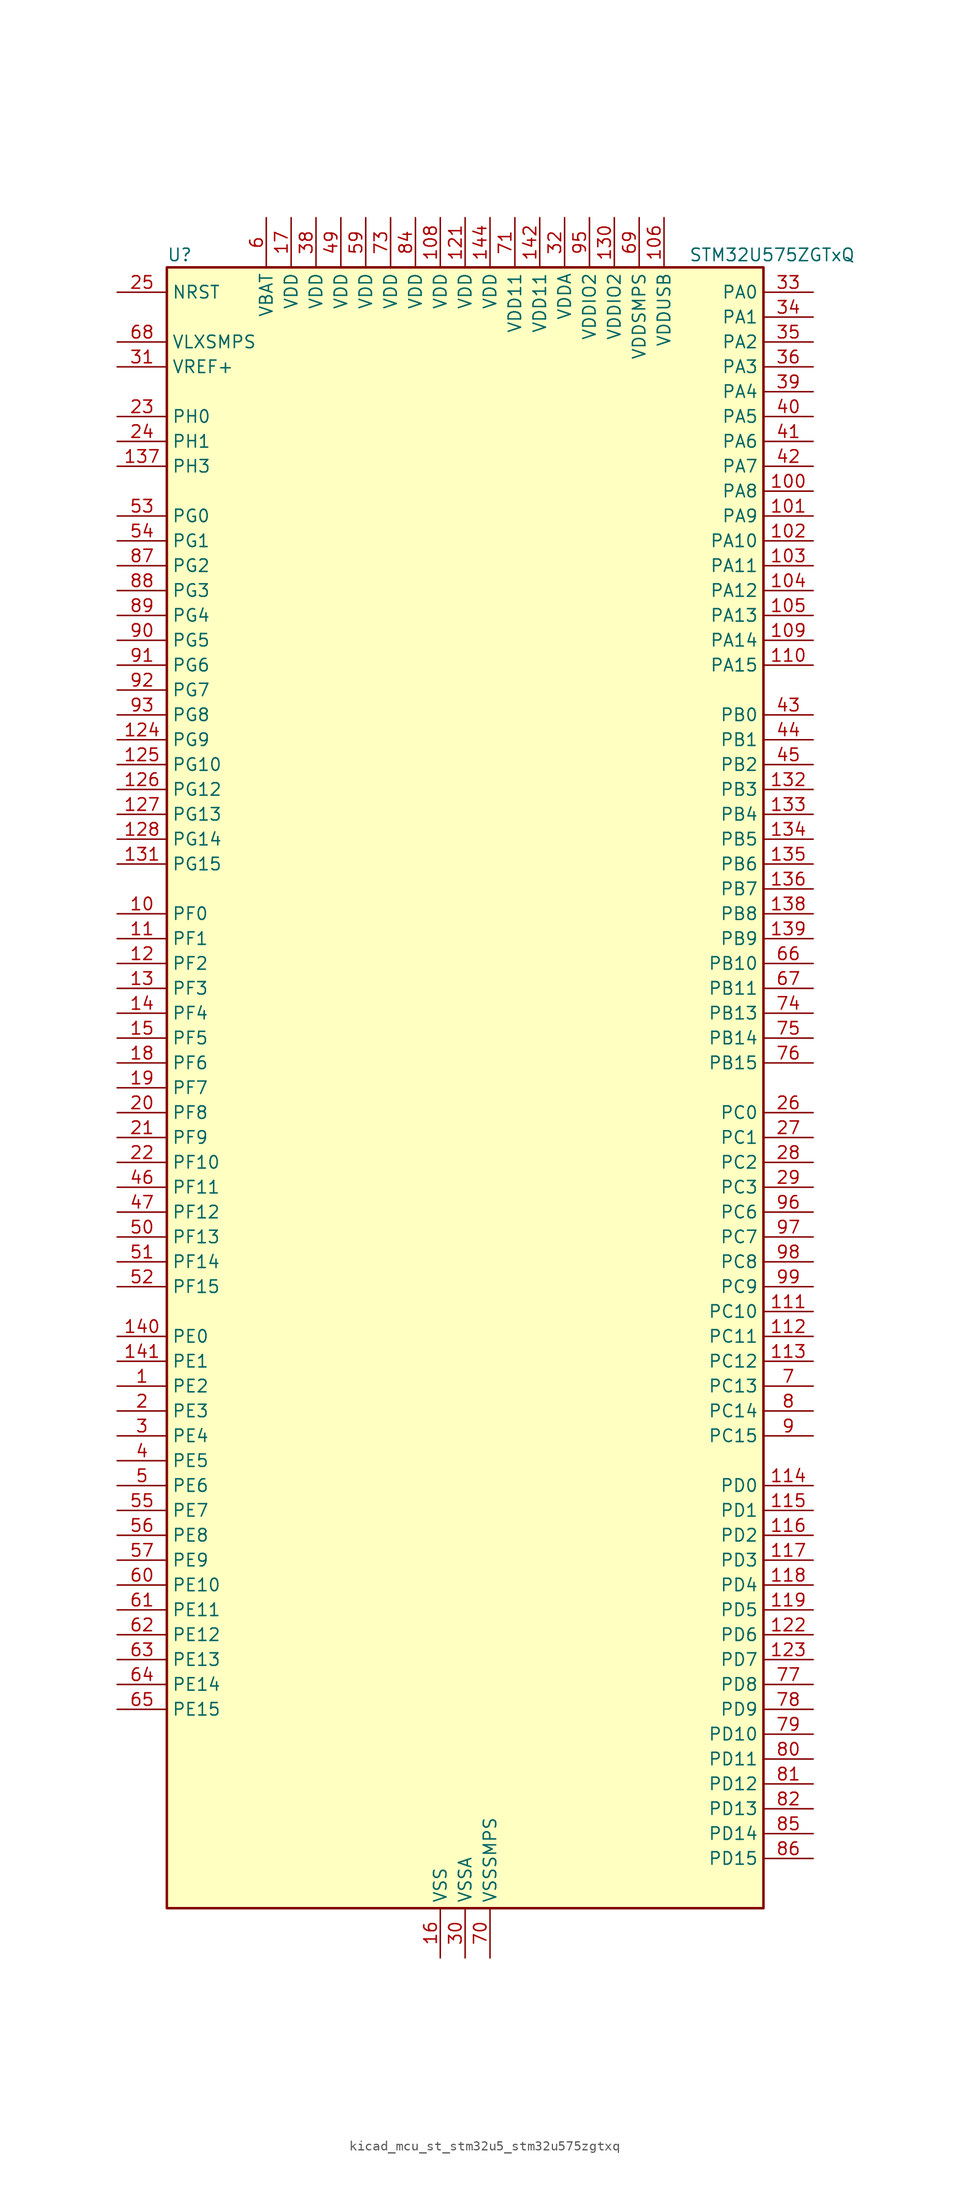
<source format=kicad_sym>
(kicad_symbol_lib
  (version 20220914)
  (generator kicad_symbol_editor)
  (symbol "kicad_mcu_st_stm32u5_stm32u575zgtxq"
    (property "Reference" "U"
      (at -30.48 85.09 0)
      (effects (font (size 1.27 1.27)) (justify left)))
    (property "Value" "STM32U575ZGTxQ"
      (at 22.86 85.09 0)
      (effects (font (size 1.27 1.27)) (justify left)))
    (property "ki_locked" ""
      (at 0 0 0)
      (effects (font (size 1.27 1.27))))
    (symbol "kicad_mcu_st_stm32u5_stm32u575zgtxq_0_1"
      (rectangle (start -30.48 -83.82) (end 30.48 83.82) (stroke (width 0.254) (type default)) (fill (type background))))
    (symbol "kicad_mcu_st_stm32u5_stm32u575zgtxq_1_1"
      (pin bidirectional line (at -35.56 -30.48 0) (length 5.08) (name "PE2" (effects (font (size 1.27 1.27)))) (number "1" (effects (font (size 1.27 1.27)))) (alternate "DEBUG_TRACECLK" bidirectional line) (alternate "FMC_A23" bidirectional line) (alternate "SAI1_CK1" bidirectional line) (alternate "SAI1_MCLK_A" bidirectional line) (alternate "TIM3_ETR" bidirectional line) (alternate "TSC_G7_IO1" bidirectional line))
      (pin bidirectional line (at -35.56 17.78 0) (length 5.08) (name "PF0" (effects (font (size 1.27 1.27)))) (number "10" (effects (font (size 1.27 1.27)))) (alternate "FMC_A0" bidirectional line) (alternate "I2C2_SDA" bidirectional line) (alternate "OCTOSPIM_P2_IO0" bidirectional line))
      (pin bidirectional line (at 35.56 60.96 180) (length 5.08) (name "PA8" (effects (font (size 1.27 1.27)))) (number "100" (effects (font (size 1.27 1.27)))) (alternate "DEBUG_TRACECLK" bidirectional line) (alternate "LPTIM2_CH1" bidirectional line) (alternate "RCC_MCO" bidirectional line) (alternate "SAI1_CK2" bidirectional line) (alternate "SAI1_SCK_A" bidirectional line) (alternate "SPI1_RDY" bidirectional line) (alternate "TIM1_CH1" bidirectional line) (alternate "USART1_CK" bidirectional line) (alternate "USB_OTG_FS_SOF" bidirectional line))
      (pin bidirectional line (at 35.56 58.42 180) (length 5.08) (name "PA9" (effects (font (size 1.27 1.27)))) (number "101" (effects (font (size 1.27 1.27)))) (alternate "DAC1_EXTI9" bidirectional line) (alternate "DCMI_D0" bidirectional line) (alternate "PSSI_D0" bidirectional line) (alternate "SAI1_FS_A" bidirectional line) (alternate "SPI2_SCK" bidirectional line) (alternate "TIM15_BKIN" bidirectional line) (alternate "TIM1_CH2" bidirectional line) (alternate "USART1_TX" bidirectional line) (alternate "USB_OTG_FS_VBUS" bidirectional line))
      (pin bidirectional line (at 35.56 55.88 180) (length 5.08) (name "PA10" (effects (font (size 1.27 1.27)))) (number "102" (effects (font (size 1.27 1.27)))) (alternate "CRS_SYNC" bidirectional line) (alternate "DCMI_D1" bidirectional line) (alternate "LPTIM2_IN2" bidirectional line) (alternate "PSSI_D1" bidirectional line) (alternate "SAI1_D1" bidirectional line) (alternate "SAI1_SD_A" bidirectional line) (alternate "TIM17_BKIN" bidirectional line) (alternate "TIM1_CH3" bidirectional line) (alternate "USART1_RX" bidirectional line) (alternate "USB_OTG_FS_ID" bidirectional line))
      (pin bidirectional line (at 35.56 53.34 180) (length 5.08) (name "PA11" (effects (font (size 1.27 1.27)))) (number "103" (effects (font (size 1.27 1.27)))) (alternate "ADC1_EXTI11" bidirectional line) (alternate "FDCAN1_RX" bidirectional line) (alternate "SPI1_MISO" bidirectional line) (alternate "TIM1_BKIN2" bidirectional line) (alternate "TIM1_CH4" bidirectional line) (alternate "USART1_CTS" bidirectional line) (alternate "USB_OTG_FS_DM" bidirectional line))
      (pin bidirectional line (at 35.56 50.8 180) (length 5.08) (name "PA12" (effects (font (size 1.27 1.27)))) (number "104" (effects (font (size 1.27 1.27)))) (alternate "FDCAN1_TX" bidirectional line) (alternate "OCTOSPIM_P2_NCS" bidirectional line) (alternate "SPI1_MOSI" bidirectional line) (alternate "TIM1_ETR" bidirectional line) (alternate "USART1_DE" bidirectional line) (alternate "USART1_RTS" bidirectional line) (alternate "USB_OTG_FS_DP" bidirectional line))
      (pin bidirectional line (at 35.56 48.26 180) (length 5.08) (name "PA13" (effects (font (size 1.27 1.27)))) (number "105" (effects (font (size 1.27 1.27)))) (alternate "DEBUG_JTMS-SWDIO" bidirectional line) (alternate "IR_OUT" bidirectional line) (alternate "SAI1_SD_B" bidirectional line) (alternate "USB_OTG_FS_NOE" bidirectional line))
      (pin power_in line (at 20.32 88.9 270) (length 5.08) (name "VDDUSB" (effects (font (size 1.27 1.27)))) (number "106" (effects (font (size 1.27 1.27)))))
      (pin passive line (at -2.54 -88.9 90) (length 5.08) hide (name "VSS" (effects (font (size 1.27 1.27)))) (number "107" (effects (font (size 1.27 1.27)))))
      (pin power_in line (at -2.54 88.9 270) (length 5.08) (name "VDD" (effects (font (size 1.27 1.27)))) (number "108" (effects (font (size 1.27 1.27)))))
      (pin bidirectional line (at 35.56 45.72 180) (length 5.08) (name "PA14" (effects (font (size 1.27 1.27)))) (number "109" (effects (font (size 1.27 1.27)))) (alternate "DEBUG_JTCK-SWCLK" bidirectional line) (alternate "I2C1_SMBA" bidirectional line) (alternate "I2C4_SMBA" bidirectional line) (alternate "LPTIM1_CH1" bidirectional line) (alternate "SAI1_FS_B" bidirectional line) (alternate "USB_OTG_FS_SOF" bidirectional line))
      (pin bidirectional line (at -35.56 15.24 0) (length 5.08) (name "PF1" (effects (font (size 1.27 1.27)))) (number "11" (effects (font (size 1.27 1.27)))) (alternate "FMC_A1" bidirectional line) (alternate "I2C2_SCL" bidirectional line) (alternate "OCTOSPIM_P2_IO1" bidirectional line))
      (pin bidirectional line (at 35.56 43.18 180) (length 5.08) (name "PA15" (effects (font (size 1.27 1.27)))) (number "110" (effects (font (size 1.27 1.27)))) (alternate "ADC1_EXTI15" bidirectional line) (alternate "ADC4_EXTI15" bidirectional line) (alternate "DEBUG_JTDI" bidirectional line) (alternate "SAI2_FS_B" bidirectional line) (alternate "SPI1_NSS" bidirectional line) (alternate "SPI3_NSS" bidirectional line) (alternate "TIM2_CH1" bidirectional line) (alternate "TIM2_ETR" bidirectional line) (alternate "UART4_DE" bidirectional line) (alternate "UART4_RTS" bidirectional line) (alternate "UCPD1_CC1" bidirectional line) (alternate "USART2_RX" bidirectional line) (alternate "USART3_DE" bidirectional line) (alternate "USART3_RTS" bidirectional line))
      (pin bidirectional line (at 35.56 -22.86 180) (length 5.08) (name "PC10" (effects (font (size 1.27 1.27)))) (number "111" (effects (font (size 1.27 1.27)))) (alternate "ADF1_CCK1" bidirectional line) (alternate "DCMI_D8" bidirectional line) (alternate "DEBUG_TRACED1" bidirectional line) (alternate "LPTIM3_ETR" bidirectional line) (alternate "PSSI_D8" bidirectional line) (alternate "SAI2_SCK_B" bidirectional line) (alternate "SDMMC1_D2" bidirectional line) (alternate "SPI3_SCK" bidirectional line) (alternate "TSC_G3_IO2" bidirectional line) (alternate "UART4_TX" bidirectional line) (alternate "USART3_TX" bidirectional line))
      (pin bidirectional line (at 35.56 -25.4 180) (length 5.08) (name "PC11" (effects (font (size 1.27 1.27)))) (number "112" (effects (font (size 1.27 1.27)))) (alternate "ADC1_EXTI11" bidirectional line) (alternate "ADF1_SDI0" bidirectional line) (alternate "DCMI_D2" bidirectional line) (alternate "DCMI_D4" bidirectional line) (alternate "LPTIM3_IN1" bidirectional line) (alternate "OCTOSPIM_P1_NCS" bidirectional line) (alternate "PSSI_D2" bidirectional line) (alternate "PSSI_D4" bidirectional line) (alternate "SAI2_MCLK_B" bidirectional line) (alternate "SDMMC1_D3" bidirectional line) (alternate "SPI3_MISO" bidirectional line) (alternate "TSC_G3_IO3" bidirectional line) (alternate "UART4_RX" bidirectional line) (alternate "UCPD1_FRSTX2" bidirectional line) (alternate "USART3_RX" bidirectional line))
      (pin bidirectional line (at 35.56 -27.94 180) (length 5.08) (name "PC12" (effects (font (size 1.27 1.27)))) (number "113" (effects (font (size 1.27 1.27)))) (alternate "DCMI_D9" bidirectional line) (alternate "DEBUG_TRACED3" bidirectional line) (alternate "PSSI_D9" bidirectional line) (alternate "SAI2_SD_B" bidirectional line) (alternate "SDMMC1_CK" bidirectional line) (alternate "SPI3_MOSI" bidirectional line) (alternate "TSC_G3_IO4" bidirectional line) (alternate "UART5_TX" bidirectional line) (alternate "USART3_CK" bidirectional line))
      (pin bidirectional line (at 35.56 -40.64 180) (length 5.08) (name "PD0" (effects (font (size 1.27 1.27)))) (number "114" (effects (font (size 1.27 1.27)))) (alternate "FDCAN1_RX" bidirectional line) (alternate "FMC_D2" bidirectional line) (alternate "FMC_DA2" bidirectional line) (alternate "SPI2_NSS" bidirectional line) (alternate "TIM8_CH4N" bidirectional line))
      (pin bidirectional line (at 35.56 -43.18 180) (length 5.08) (name "PD1" (effects (font (size 1.27 1.27)))) (number "115" (effects (font (size 1.27 1.27)))) (alternate "FDCAN1_TX" bidirectional line) (alternate "FMC_D3" bidirectional line) (alternate "FMC_DA3" bidirectional line) (alternate "SPI2_SCK" bidirectional line))
      (pin bidirectional line (at 35.56 -45.72 180) (length 5.08) (name "PD2" (effects (font (size 1.27 1.27)))) (number "116" (effects (font (size 1.27 1.27)))) (alternate "DCMI_D11" bidirectional line) (alternate "DEBUG_TRACED2" bidirectional line) (alternate "LPTIM4_ETR" bidirectional line) (alternate "PSSI_D11" bidirectional line) (alternate "SDMMC1_CMD" bidirectional line) (alternate "TIM3_ETR" bidirectional line) (alternate "TSC_SYNC" bidirectional line) (alternate "UART5_RX" bidirectional line) (alternate "USART3_DE" bidirectional line) (alternate "USART3_RTS" bidirectional line))
      (pin bidirectional line (at 35.56 -48.26 180) (length 5.08) (name "PD3" (effects (font (size 1.27 1.27)))) (number "117" (effects (font (size 1.27 1.27)))) (alternate "DCMI_D5" bidirectional line) (alternate "FMC_CLK" bidirectional line) (alternate "MDF1_SDI0" bidirectional line) (alternate "OCTOSPIM_P2_NCS" bidirectional line) (alternate "PSSI_D5" bidirectional line) (alternate "SPI2_MISO" bidirectional line) (alternate "SPI2_SCK" bidirectional line) (alternate "USART2_CTS" bidirectional line))
      (pin bidirectional line (at 35.56 -50.8 180) (length 5.08) (name "PD4" (effects (font (size 1.27 1.27)))) (number "118" (effects (font (size 1.27 1.27)))) (alternate "FMC_NOE" bidirectional line) (alternate "MDF1_CKI0" bidirectional line) (alternate "OCTOSPIM_P1_IO4" bidirectional line) (alternate "SPI2_MOSI" bidirectional line) (alternate "USART2_DE" bidirectional line) (alternate "USART2_RTS" bidirectional line))
      (pin bidirectional line (at 35.56 -53.34 180) (length 5.08) (name "PD5" (effects (font (size 1.27 1.27)))) (number "119" (effects (font (size 1.27 1.27)))) (alternate "FMC_NWE" bidirectional line) (alternate "OCTOSPIM_P1_IO5" bidirectional line) (alternate "SPI2_RDY" bidirectional line) (alternate "USART2_TX" bidirectional line))
      (pin bidirectional line (at -35.56 12.7 0) (length 5.08) (name "PF2" (effects (font (size 1.27 1.27)))) (number "12" (effects (font (size 1.27 1.27)))) (alternate "FMC_A2" bidirectional line) (alternate "I2C2_SMBA" bidirectional line) (alternate "LPTIM3_CH2" bidirectional line) (alternate "OCTOSPIM_P2_IO2" bidirectional line) (alternate "PWR_WKUP8" bidirectional line))
      (pin passive line (at -2.54 -88.9 90) (length 5.08) hide (name "VSS" (effects (font (size 1.27 1.27)))) (number "120" (effects (font (size 1.27 1.27)))))
      (pin power_in line (at 0 88.9 270) (length 5.08) (name "VDD" (effects (font (size 1.27 1.27)))) (number "121" (effects (font (size 1.27 1.27)))))
      (pin bidirectional line (at 35.56 -55.88 180) (length 5.08) (name "PD6" (effects (font (size 1.27 1.27)))) (number "122" (effects (font (size 1.27 1.27)))) (alternate "DCMI_D10" bidirectional line) (alternate "FMC_NWAIT" bidirectional line) (alternate "MDF1_SDI1" bidirectional line) (alternate "OCTOSPIM_P1_IO6" bidirectional line) (alternate "PSSI_D10" bidirectional line) (alternate "SAI1_D1" bidirectional line) (alternate "SAI1_SD_A" bidirectional line) (alternate "SDMMC2_CK" bidirectional line) (alternate "SPI3_MOSI" bidirectional line) (alternate "USART2_RX" bidirectional line))
      (pin bidirectional line (at 35.56 -58.42 180) (length 5.08) (name "PD7" (effects (font (size 1.27 1.27)))) (number "123" (effects (font (size 1.27 1.27)))) (alternate "FMC_NCE" bidirectional line) (alternate "FMC_NE1" bidirectional line) (alternate "LPTIM4_OUT" bidirectional line) (alternate "MDF1_CKI1" bidirectional line) (alternate "OCTOSPIM_P1_IO7" bidirectional line) (alternate "SDMMC2_CMD" bidirectional line) (alternate "USART2_CK" bidirectional line))
      (pin bidirectional line (at -35.56 35.56 0) (length 5.08) (name "PG9" (effects (font (size 1.27 1.27)))) (number "124" (effects (font (size 1.27 1.27)))) (alternate "DAC1_EXTI9" bidirectional line) (alternate "FMC_NCE" bidirectional line) (alternate "FMC_NE2" bidirectional line) (alternate "OCTOSPIM_P2_IO6" bidirectional line) (alternate "SAI2_SCK_A" bidirectional line) (alternate "SPI3_SCK" bidirectional line) (alternate "TIM15_CH1N" bidirectional line) (alternate "USART1_TX" bidirectional line))
      (pin bidirectional line (at -35.56 33.02 0) (length 5.08) (name "PG10" (effects (font (size 1.27 1.27)))) (number "125" (effects (font (size 1.27 1.27)))) (alternate "FMC_NE3" bidirectional line) (alternate "LPTIM1_IN1" bidirectional line) (alternate "OCTOSPIM_P2_IO7" bidirectional line) (alternate "SAI2_FS_A" bidirectional line) (alternate "SPI3_MISO" bidirectional line) (alternate "TIM15_CH1" bidirectional line) (alternate "USART1_RX" bidirectional line))
      (pin bidirectional line (at -35.56 30.48 0) (length 5.08) (name "PG12" (effects (font (size 1.27 1.27)))) (number "126" (effects (font (size 1.27 1.27)))) (alternate "FMC_NE4" bidirectional line) (alternate "LPTIM1_ETR" bidirectional line) (alternate "OCTOSPIM_P2_NCS" bidirectional line) (alternate "SAI2_SD_A" bidirectional line) (alternate "SPI3_NSS" bidirectional line) (alternate "USART1_DE" bidirectional line) (alternate "USART1_RTS" bidirectional line))
      (pin bidirectional line (at -35.56 27.94 0) (length 5.08) (name "PG13" (effects (font (size 1.27 1.27)))) (number "127" (effects (font (size 1.27 1.27)))) (alternate "FMC_A24" bidirectional line) (alternate "I2C1_SDA" bidirectional line) (alternate "SPI3_RDY" bidirectional line) (alternate "USART1_CK" bidirectional line))
      (pin bidirectional line (at -35.56 25.4 0) (length 5.08) (name "PG14" (effects (font (size 1.27 1.27)))) (number "128" (effects (font (size 1.27 1.27)))) (alternate "FMC_A25" bidirectional line) (alternate "I2C1_SCL" bidirectional line) (alternate "LPTIM1_CH2" bidirectional line))
      (pin passive line (at -2.54 -88.9 90) (length 5.08) hide (name "VSS" (effects (font (size 1.27 1.27)))) (number "129" (effects (font (size 1.27 1.27)))))
      (pin bidirectional line (at -35.56 10.16 0) (length 5.08) (name "PF3" (effects (font (size 1.27 1.27)))) (number "13" (effects (font (size 1.27 1.27)))) (alternate "FMC_A3" bidirectional line) (alternate "LPTIM3_IN1" bidirectional line) (alternate "OCTOSPIM_P2_IO3" bidirectional line))
      (pin power_in line (at 15.24 88.9 270) (length 5.08) (name "VDDIO2" (effects (font (size 1.27 1.27)))) (number "130" (effects (font (size 1.27 1.27)))))
      (pin bidirectional line (at -35.56 22.86 0) (length 5.08) (name "PG15" (effects (font (size 1.27 1.27)))) (number "131" (effects (font (size 1.27 1.27)))) (alternate "ADC1_EXTI15" bidirectional line) (alternate "ADC4_EXTI15" bidirectional line) (alternate "DCMI_D13" bidirectional line) (alternate "I2C1_SMBA" bidirectional line) (alternate "LPTIM1_CH1" bidirectional line) (alternate "OCTOSPIM_P2_DQS" bidirectional line) (alternate "PSSI_D13" bidirectional line))
      (pin bidirectional line (at 35.56 30.48 180) (length 5.08) (name "PB3" (effects (font (size 1.27 1.27)))) (number "132" (effects (font (size 1.27 1.27)))) (alternate "ADF1_CCK0" bidirectional line) (alternate "COMP2_INM" bidirectional line) (alternate "CRS_SYNC" bidirectional line) (alternate "DEBUG_JTDO-SWO" bidirectional line) (alternate "I2C1_SDA" bidirectional line) (alternate "LPTIM1_CH1" bidirectional line) (alternate "SAI1_SCK_B" bidirectional line) (alternate "SDMMC2_D2" bidirectional line) (alternate "SPI1_SCK" bidirectional line) (alternate "SPI3_SCK" bidirectional line) (alternate "TIM2_CH2" bidirectional line) (alternate "USART1_DE" bidirectional line) (alternate "USART1_RTS" bidirectional line))
      (pin bidirectional line (at 35.56 27.94 180) (length 5.08) (name "PB4" (effects (font (size 1.27 1.27)))) (number "133" (effects (font (size 1.27 1.27)))) (alternate "ADF1_SDI0" bidirectional line) (alternate "COMP2_INP" bidirectional line) (alternate "DCMI_D12" bidirectional line) (alternate "DEBUG_JTRST" bidirectional line) (alternate "I2C3_SDA" bidirectional line) (alternate "LPTIM1_CH2" bidirectional line) (alternate "PSSI_D12" bidirectional line) (alternate "SAI1_MCLK_B" bidirectional line) (alternate "SDMMC2_D3" bidirectional line) (alternate "SPI1_MISO" bidirectional line) (alternate "SPI3_MISO" bidirectional line) (alternate "TIM17_BKIN" bidirectional line) (alternate "TIM3_CH1" bidirectional line) (alternate "TSC_G2_IO1" bidirectional line) (alternate "UART5_DE" bidirectional line) (alternate "UART5_RTS" bidirectional line) (alternate "USART1_CTS" bidirectional line))
      (pin bidirectional line (at 35.56 25.4 180) (length 5.08) (name "PB5" (effects (font (size 1.27 1.27)))) (number "134" (effects (font (size 1.27 1.27)))) (alternate "COMP2_OUT" bidirectional line) (alternate "DCMI_D10" bidirectional line) (alternate "I2C1_SMBA" bidirectional line) (alternate "LPTIM1_IN1" bidirectional line) (alternate "OCTOSPIM_P1_NCLK" bidirectional line) (alternate "PSSI_D10" bidirectional line) (alternate "PWR_WKUP6" bidirectional line) (alternate "SAI1_SD_B" bidirectional line) (alternate "SPI1_MOSI" bidirectional line) (alternate "SPI3_MOSI" bidirectional line) (alternate "TIM16_BKIN" bidirectional line) (alternate "TIM3_CH2" bidirectional line) (alternate "TSC_G2_IO2" bidirectional line) (alternate "UART5_CTS" bidirectional line) (alternate "UCPD1_DBCC1" bidirectional line) (alternate "USART1_CK" bidirectional line))
      (pin bidirectional line (at 35.56 22.86 180) (length 5.08) (name "PB6" (effects (font (size 1.27 1.27)))) (number "135" (effects (font (size 1.27 1.27)))) (alternate "COMP2_INP" bidirectional line) (alternate "DCMI_D5" bidirectional line) (alternate "I2C1_SCL" bidirectional line) (alternate "I2C4_SCL" bidirectional line) (alternate "LPTIM1_ETR" bidirectional line) (alternate "MDF1_SDI5" bidirectional line) (alternate "PSSI_D5" bidirectional line) (alternate "PWR_WKUP3" bidirectional line) (alternate "SAI1_FS_B" bidirectional line) (alternate "TIM16_CH1N" bidirectional line) (alternate "TIM4_CH1" bidirectional line) (alternate "TIM8_BKIN2" bidirectional line) (alternate "TSC_G2_IO3" bidirectional line) (alternate "USART1_TX" bidirectional line))
      (pin bidirectional line (at 35.56 20.32 180) (length 5.08) (name "PB7" (effects (font (size 1.27 1.27)))) (number "136" (effects (font (size 1.27 1.27)))) (alternate "COMP2_INM" bidirectional line) (alternate "DCMI_VSYNC" bidirectional line) (alternate "FMC_NL" bidirectional line) (alternate "I2C1_SDA" bidirectional line) (alternate "I2C4_SDA" bidirectional line) (alternate "LPTIM1_IN2" bidirectional line) (alternate "MDF1_CKI5" bidirectional line) (alternate "PSSI_RDY" bidirectional line) (alternate "PWR_PVD_IN" bidirectional line) (alternate "PWR_WKUP4" bidirectional line) (alternate "TIM17_CH1N" bidirectional line) (alternate "TIM4_CH2" bidirectional line) (alternate "TIM8_BKIN" bidirectional line) (alternate "TSC_G2_IO4" bidirectional line) (alternate "UART4_CTS" bidirectional line) (alternate "USART1_RX" bidirectional line))
      (pin bidirectional line (at -35.56 63.5 0) (length 5.08) (name "PH3" (effects (font (size 1.27 1.27)))) (number "137" (effects (font (size 1.27 1.27)))))
      (pin bidirectional line (at 35.56 17.78 180) (length 5.08) (name "PB8" (effects (font (size 1.27 1.27)))) (number "138" (effects (font (size 1.27 1.27)))) (alternate "DCMI_D6" bidirectional line) (alternate "FDCAN1_RX" bidirectional line) (alternate "I2C1_SCL" bidirectional line) (alternate "MDF1_CCK0" bidirectional line) (alternate "PSSI_D6" bidirectional line) (alternate "PWR_WKUP5" bidirectional line) (alternate "SAI1_CK1" bidirectional line) (alternate "SAI1_MCLK_A" bidirectional line) (alternate "SDMMC1_CKIN" bidirectional line) (alternate "SDMMC1_D4" bidirectional line) (alternate "SDMMC2_D4" bidirectional line) (alternate "SPI3_RDY" bidirectional line) (alternate "TIM16_CH1" bidirectional line) (alternate "TIM4_CH3" bidirectional line))
      (pin bidirectional line (at 35.56 15.24 180) (length 5.08) (name "PB9" (effects (font (size 1.27 1.27)))) (number "139" (effects (font (size 1.27 1.27)))) (alternate "DAC1_EXTI9" bidirectional line) (alternate "DCMI_D7" bidirectional line) (alternate "FDCAN1_TX" bidirectional line) (alternate "I2C1_SDA" bidirectional line) (alternate "IR_OUT" bidirectional line) (alternate "PSSI_D7" bidirectional line) (alternate "SAI1_D2" bidirectional line) (alternate "SAI1_FS_A" bidirectional line) (alternate "SDMMC1_CDIR" bidirectional line) (alternate "SDMMC1_D5" bidirectional line) (alternate "SDMMC2_D5" bidirectional line) (alternate "SPI2_NSS" bidirectional line) (alternate "TIM17_CH1" bidirectional line) (alternate "TIM4_CH4" bidirectional line))
      (pin bidirectional line (at -35.56 7.62 0) (length 5.08) (name "PF4" (effects (font (size 1.27 1.27)))) (number "14" (effects (font (size 1.27 1.27)))) (alternate "FMC_A4" bidirectional line) (alternate "LPTIM3_ETR" bidirectional line) (alternate "OCTOSPIM_P2_CLK" bidirectional line))
      (pin bidirectional line (at -35.56 -25.4 0) (length 5.08) (name "PE0" (effects (font (size 1.27 1.27)))) (number "140" (effects (font (size 1.27 1.27)))) (alternate "DCMI_D2" bidirectional line) (alternate "FMC_NBL0" bidirectional line) (alternate "PSSI_D2" bidirectional line) (alternate "TIM16_CH1" bidirectional line) (alternate "TIM4_ETR" bidirectional line))
      (pin bidirectional line (at -35.56 -27.94 0) (length 5.08) (name "PE1" (effects (font (size 1.27 1.27)))) (number "141" (effects (font (size 1.27 1.27)))) (alternate "DCMI_D3" bidirectional line) (alternate "FMC_NBL1" bidirectional line) (alternate "PSSI_D3" bidirectional line) (alternate "TIM17_CH1" bidirectional line))
      (pin power_in line (at 7.62 88.9 270) (length 5.08) (name "VDD11" (effects (font (size 1.27 1.27)))) (number "142" (effects (font (size 1.27 1.27)))))
      (pin passive line (at -2.54 -88.9 90) (length 5.08) hide (name "VSS" (effects (font (size 1.27 1.27)))) (number "143" (effects (font (size 1.27 1.27)))))
      (pin power_in line (at 2.54 88.9 270) (length 5.08) (name "VDD" (effects (font (size 1.27 1.27)))) (number "144" (effects (font (size 1.27 1.27)))))
      (pin bidirectional line (at -35.56 5.08 0) (length 5.08) (name "PF5" (effects (font (size 1.27 1.27)))) (number "15" (effects (font (size 1.27 1.27)))) (alternate "FMC_A5" bidirectional line) (alternate "LPTIM3_CH1" bidirectional line) (alternate "OCTOSPIM_P2_NCLK" bidirectional line))
      (pin power_in line (at -2.54 -88.9 90) (length 5.08) (name "VSS" (effects (font (size 1.27 1.27)))) (number "16" (effects (font (size 1.27 1.27)))))
      (pin power_in line (at -17.78 88.9 270) (length 5.08) (name "VDD" (effects (font (size 1.27 1.27)))) (number "17" (effects (font (size 1.27 1.27)))))
      (pin bidirectional line (at -35.56 2.54 0) (length 5.08) (name "PF6" (effects (font (size 1.27 1.27)))) (number "18" (effects (font (size 1.27 1.27)))) (alternate "DCMI_D12" bidirectional line) (alternate "OCTOSPIM_P1_IO3" bidirectional line) (alternate "OCTOSPIM_P2_NCS" bidirectional line) (alternate "PSSI_D12" bidirectional line) (alternate "SAI1_SD_B" bidirectional line) (alternate "TIM5_CH1" bidirectional line) (alternate "TIM5_ETR" bidirectional line))
      (pin bidirectional line (at -35.56 0 0) (length 5.08) (name "PF7" (effects (font (size 1.27 1.27)))) (number "19" (effects (font (size 1.27 1.27)))) (alternate "FDCAN1_RX" bidirectional line) (alternate "OCTOSPIM_P1_IO2" bidirectional line) (alternate "SAI1_MCLK_B" bidirectional line) (alternate "TIM5_CH2" bidirectional line))
      (pin bidirectional line (at -35.56 -33.02 0) (length 5.08) (name "PE3" (effects (font (size 1.27 1.27)))) (number "2" (effects (font (size 1.27 1.27)))) (alternate "DEBUG_TRACED0" bidirectional line) (alternate "FMC_A19" bidirectional line) (alternate "OCTOSPIM_P1_DQS" bidirectional line) (alternate "SAI1_SD_B" bidirectional line) (alternate "TAMP_IN6" bidirectional line) (alternate "TAMP_OUT3" bidirectional line) (alternate "TIM3_CH1" bidirectional line) (alternate "TSC_G7_IO2" bidirectional line))
      (pin bidirectional line (at -35.56 -2.54 0) (length 5.08) (name "PF8" (effects (font (size 1.27 1.27)))) (number "20" (effects (font (size 1.27 1.27)))) (alternate "FDCAN1_TX" bidirectional line) (alternate "OCTOSPIM_P1_IO0" bidirectional line) (alternate "PSSI_D14" bidirectional line) (alternate "SAI1_SCK_B" bidirectional line) (alternate "TIM5_CH3" bidirectional line))
      (pin bidirectional line (at -35.56 -5.08 0) (length 5.08) (name "PF9" (effects (font (size 1.27 1.27)))) (number "21" (effects (font (size 1.27 1.27)))) (alternate "DAC1_EXTI9" bidirectional line) (alternate "OCTOSPIM_P1_IO1" bidirectional line) (alternate "PSSI_D15" bidirectional line) (alternate "SAI1_FS_B" bidirectional line) (alternate "TIM15_CH1" bidirectional line) (alternate "TIM5_CH4" bidirectional line))
      (pin bidirectional line (at -35.56 -7.62 0) (length 5.08) (name "PF10" (effects (font (size 1.27 1.27)))) (number "22" (effects (font (size 1.27 1.27)))) (alternate "DCMI_D11" bidirectional line) (alternate "MDF1_CCK1" bidirectional line) (alternate "OCTOSPIM_P1_CLK" bidirectional line) (alternate "PSSI_D11" bidirectional line) (alternate "PSSI_D15" bidirectional line) (alternate "SAI1_D3" bidirectional line) (alternate "TIM15_CH2" bidirectional line))
      (pin bidirectional line (at -35.56 68.58 0) (length 5.08) (name "PH0" (effects (font (size 1.27 1.27)))) (number "23" (effects (font (size 1.27 1.27)))) (alternate "RCC_OSC_IN" bidirectional line))
      (pin bidirectional line (at -35.56 66.04 0) (length 5.08) (name "PH1" (effects (font (size 1.27 1.27)))) (number "24" (effects (font (size 1.27 1.27)))) (alternate "RCC_OSC_OUT" bidirectional line))
      (pin input line (at -35.56 81.28 0) (length 5.08) (name "NRST" (effects (font (size 1.27 1.27)))) (number "25" (effects (font (size 1.27 1.27)))))
      (pin bidirectional line (at 35.56 -2.54 180) (length 5.08) (name "PC0" (effects (font (size 1.27 1.27)))) (number "26" (effects (font (size 1.27 1.27)))) (alternate "ADC1_IN1" bidirectional line) (alternate "ADC4_IN1" bidirectional line) (alternate "I2C3_SCL" bidirectional line) (alternate "LPTIM1_IN1" bidirectional line) (alternate "LPTIM2_IN1" bidirectional line) (alternate "LPUART1_RX" bidirectional line) (alternate "MDF1_SDI4" bidirectional line) (alternate "OCTOSPIM_P1_IO7" bidirectional line) (alternate "SAI2_FS_A" bidirectional line) (alternate "SDMMC1_D5" bidirectional line) (alternate "SPI2_RDY" bidirectional line))
      (pin bidirectional line (at 35.56 -5.08 180) (length 5.08) (name "PC1" (effects (font (size 1.27 1.27)))) (number "27" (effects (font (size 1.27 1.27)))) (alternate "ADC1_IN2" bidirectional line) (alternate "ADC4_IN2" bidirectional line) (alternate "DEBUG_TRACED0" bidirectional line) (alternate "I2C3_SDA" bidirectional line) (alternate "LPTIM1_CH1" bidirectional line) (alternate "LPUART1_TX" bidirectional line) (alternate "MDF1_CKI4" bidirectional line) (alternate "OCTOSPIM_P1_IO4" bidirectional line) (alternate "SAI1_SD_A" bidirectional line) (alternate "SDMMC2_CK" bidirectional line) (alternate "SPI2_MOSI" bidirectional line))
      (pin bidirectional line (at 35.56 -7.62 180) (length 5.08) (name "PC2" (effects (font (size 1.27 1.27)))) (number "28" (effects (font (size 1.27 1.27)))) (alternate "ADC1_IN3" bidirectional line) (alternate "ADC4_IN3" bidirectional line) (alternate "LPTIM1_IN2" bidirectional line) (alternate "MDF1_CCK1" bidirectional line) (alternate "OCTOSPIM_P1_IO5" bidirectional line) (alternate "SPI2_MISO" bidirectional line))
      (pin bidirectional line (at 35.56 -10.16 180) (length 5.08) (name "PC3" (effects (font (size 1.27 1.27)))) (number "29" (effects (font (size 1.27 1.27)))) (alternate "ADC1_IN4" bidirectional line) (alternate "ADC4_IN4" bidirectional line) (alternate "LPTIM1_ETR" bidirectional line) (alternate "LPTIM2_ETR" bidirectional line) (alternate "LPTIM3_CH1" bidirectional line) (alternate "OCTOSPIM_P1_IO6" bidirectional line) (alternate "SAI1_D1" bidirectional line) (alternate "SAI1_SD_A" bidirectional line) (alternate "SPI2_MOSI" bidirectional line))
      (pin bidirectional line (at -35.56 -35.56 0) (length 5.08) (name "PE4" (effects (font (size 1.27 1.27)))) (number "3" (effects (font (size 1.27 1.27)))) (alternate "DCMI_D4" bidirectional line) (alternate "DEBUG_TRACED1" bidirectional line) (alternate "FMC_A20" bidirectional line) (alternate "MDF1_SDI3" bidirectional line) (alternate "PSSI_D4" bidirectional line) (alternate "PWR_WKUP1" bidirectional line) (alternate "SAI1_D2" bidirectional line) (alternate "SAI1_FS_A" bidirectional line) (alternate "TAMP_IN7" bidirectional line) (alternate "TAMP_OUT8" bidirectional line) (alternate "TIM3_CH2" bidirectional line) (alternate "TSC_G7_IO3" bidirectional line))
      (pin power_in line (at 0 -88.9 90) (length 5.08) (name "VSSA" (effects (font (size 1.27 1.27)))) (number "30" (effects (font (size 1.27 1.27)))))
      (pin input line (at -35.56 73.66 0) (length 5.08) (name "VREF+" (effects (font (size 1.27 1.27)))) (number "31" (effects (font (size 1.27 1.27)))) (alternate "VREFBUF_OUT" bidirectional line))
      (pin power_in line (at 10.16 88.9 270) (length 5.08) (name "VDDA" (effects (font (size 1.27 1.27)))) (number "32" (effects (font (size 1.27 1.27)))))
      (pin bidirectional line (at 35.56 81.28 180) (length 5.08) (name "PA0" (effects (font (size 1.27 1.27)))) (number "33" (effects (font (size 1.27 1.27)))) (alternate "ADC1_IN5" bidirectional line) (alternate "AUDIOCLK" bidirectional line) (alternate "OCTOSPIM_P2_NCS" bidirectional line) (alternate "OPAMP1_VINP" bidirectional line) (alternate "PWR_WKUP1" bidirectional line) (alternate "SDMMC2_CMD" bidirectional line) (alternate "SPI3_RDY" bidirectional line) (alternate "TAMP_IN2" bidirectional line) (alternate "TAMP_OUT1" bidirectional line) (alternate "TIM2_CH1" bidirectional line) (alternate "TIM2_ETR" bidirectional line) (alternate "TIM5_CH1" bidirectional line) (alternate "TIM8_ETR" bidirectional line) (alternate "UART4_TX" bidirectional line) (alternate "USART2_CTS" bidirectional line))
      (pin bidirectional line (at 35.56 78.74 180) (length 5.08) (name "PA1" (effects (font (size 1.27 1.27)))) (number "34" (effects (font (size 1.27 1.27)))) (alternate "ADC1_IN6" bidirectional line) (alternate "I2C1_SMBA" bidirectional line) (alternate "LPTIM1_CH2" bidirectional line) (alternate "OCTOSPIM_P1_DQS" bidirectional line) (alternate "OPAMP1_VINM" bidirectional line) (alternate "PWR_WKUP3" bidirectional line) (alternate "SPI1_SCK" bidirectional line) (alternate "TAMP_IN5" bidirectional line) (alternate "TAMP_OUT4" bidirectional line) (alternate "TIM15_CH1N" bidirectional line) (alternate "TIM2_CH2" bidirectional line) (alternate "TIM5_CH2" bidirectional line) (alternate "UART4_RX" bidirectional line) (alternate "USART2_DE" bidirectional line) (alternate "USART2_RTS" bidirectional line))
      (pin bidirectional line (at 35.56 76.2 180) (length 5.08) (name "PA2" (effects (font (size 1.27 1.27)))) (number "35" (effects (font (size 1.27 1.27)))) (alternate "ADC1_IN7" bidirectional line) (alternate "COMP1_INP" bidirectional line) (alternate "LPUART1_TX" bidirectional line) (alternate "OCTOSPIM_P1_NCS" bidirectional line) (alternate "PWR_WKUP4" bidirectional line) (alternate "RCC_LSCO" bidirectional line) (alternate "SPI1_RDY" bidirectional line) (alternate "TIM15_CH1" bidirectional line) (alternate "TIM2_CH3" bidirectional line) (alternate "TIM5_CH3" bidirectional line) (alternate "UCPD1_FRSTX1" bidirectional line) (alternate "USART2_TX" bidirectional line))
      (pin bidirectional line (at 35.56 73.66 180) (length 5.08) (name "PA3" (effects (font (size 1.27 1.27)))) (number "36" (effects (font (size 1.27 1.27)))) (alternate "ADC1_IN8" bidirectional line) (alternate "LPUART1_RX" bidirectional line) (alternate "OCTOSPIM_P1_CLK" bidirectional line) (alternate "OPAMP1_VOUT" bidirectional line) (alternate "PWR_WKUP5" bidirectional line) (alternate "SAI1_CK1" bidirectional line) (alternate "SAI1_MCLK_A" bidirectional line) (alternate "TIM15_CH2" bidirectional line) (alternate "TIM2_CH4" bidirectional line) (alternate "TIM5_CH4" bidirectional line) (alternate "USART2_RX" bidirectional line))
      (pin passive line (at -2.54 -88.9 90) (length 5.08) hide (name "VSS" (effects (font (size 1.27 1.27)))) (number "37" (effects (font (size 1.27 1.27)))))
      (pin power_in line (at -15.24 88.9 270) (length 5.08) (name "VDD" (effects (font (size 1.27 1.27)))) (number "38" (effects (font (size 1.27 1.27)))))
      (pin bidirectional line (at 35.56 71.12 180) (length 5.08) (name "PA4" (effects (font (size 1.27 1.27)))) (number "39" (effects (font (size 1.27 1.27)))) (alternate "ADC1_IN9" bidirectional line) (alternate "ADC4_IN9" bidirectional line) (alternate "DAC1_OUT1" bidirectional line) (alternate "DCMI_HSYNC" bidirectional line) (alternate "LPTIM2_CH1" bidirectional line) (alternate "OCTOSPIM_P1_NCS" bidirectional line) (alternate "PSSI_DE" bidirectional line) (alternate "PWR_WKUP2" bidirectional line) (alternate "SAI1_FS_B" bidirectional line) (alternate "SPI1_NSS" bidirectional line) (alternate "SPI3_NSS" bidirectional line) (alternate "USART2_CK" bidirectional line))
      (pin bidirectional line (at -35.56 -38.1 0) (length 5.08) (name "PE5" (effects (font (size 1.27 1.27)))) (number "4" (effects (font (size 1.27 1.27)))) (alternate "DCMI_D6" bidirectional line) (alternate "DEBUG_TRACED2" bidirectional line) (alternate "FMC_A21" bidirectional line) (alternate "MDF1_CKI3" bidirectional line) (alternate "PSSI_D6" bidirectional line) (alternate "PWR_WKUP2" bidirectional line) (alternate "SAI1_CK2" bidirectional line) (alternate "SAI1_SCK_A" bidirectional line) (alternate "TAMP_IN8" bidirectional line) (alternate "TAMP_OUT7" bidirectional line) (alternate "TIM3_CH3" bidirectional line) (alternate "TSC_G7_IO4" bidirectional line))
      (pin bidirectional line (at 35.56 68.58 180) (length 5.08) (name "PA5" (effects (font (size 1.27 1.27)))) (number "40" (effects (font (size 1.27 1.27)))) (alternate "ADC1_IN10" bidirectional line) (alternate "ADC4_IN10" bidirectional line) (alternate "DAC1_OUT2" bidirectional line) (alternate "LPTIM2_ETR" bidirectional line) (alternate "PSSI_D14" bidirectional line) (alternate "PWR_CSLEEP" bidirectional line) (alternate "PWR_WKUP6" bidirectional line) (alternate "SPI1_SCK" bidirectional line) (alternate "TIM2_CH1" bidirectional line) (alternate "TIM2_ETR" bidirectional line) (alternate "TIM8_CH1N" bidirectional line) (alternate "USART3_RX" bidirectional line))
      (pin bidirectional line (at 35.56 66.04 180) (length 5.08) (name "PA6" (effects (font (size 1.27 1.27)))) (number "41" (effects (font (size 1.27 1.27)))) (alternate "ADC1_IN11" bidirectional line) (alternate "ADC4_IN11" bidirectional line) (alternate "DCMI_PIXCLK" bidirectional line) (alternate "LPUART1_CTS" bidirectional line) (alternate "OCTOSPIM_P1_IO3" bidirectional line) (alternate "OPAMP2_VINP" bidirectional line) (alternate "PSSI_PDCK" bidirectional line) (alternate "PWR_CDSTOP" bidirectional line) (alternate "PWR_WKUP7" bidirectional line) (alternate "SPI1_MISO" bidirectional line) (alternate "TIM16_CH1" bidirectional line) (alternate "TIM1_BKIN" bidirectional line) (alternate "TIM3_CH1" bidirectional line) (alternate "TIM8_BKIN" bidirectional line) (alternate "USART3_CTS" bidirectional line))
      (pin bidirectional line (at 35.56 63.5 180) (length 5.08) (name "PA7" (effects (font (size 1.27 1.27)))) (number "42" (effects (font (size 1.27 1.27)))) (alternate "ADC1_IN12" bidirectional line) (alternate "ADC4_IN20" bidirectional line) (alternate "I2C3_SCL" bidirectional line) (alternate "LPTIM2_CH2" bidirectional line) (alternate "OCTOSPIM_P1_IO2" bidirectional line) (alternate "OPAMP2_VINM" bidirectional line) (alternate "PWR_SRDSTOP" bidirectional line) (alternate "PWR_WKUP8" bidirectional line) (alternate "SPI1_MOSI" bidirectional line) (alternate "TIM17_CH1" bidirectional line) (alternate "TIM1_CH1N" bidirectional line) (alternate "TIM3_CH2" bidirectional line) (alternate "TIM8_CH1N" bidirectional line) (alternate "USART3_TX" bidirectional line))
      (pin bidirectional line (at 35.56 38.1 180) (length 5.08) (name "PB0" (effects (font (size 1.27 1.27)))) (number "43" (effects (font (size 1.27 1.27)))) (alternate "ADC1_IN15" bidirectional line) (alternate "ADC4_IN18" bidirectional line) (alternate "AUDIOCLK" bidirectional line) (alternate "COMP1_OUT" bidirectional line) (alternate "LPTIM3_CH1" bidirectional line) (alternate "OCTOSPIM_P1_IO1" bidirectional line) (alternate "OPAMP2_VOUT" bidirectional line) (alternate "SPI1_NSS" bidirectional line) (alternate "TIM1_CH2N" bidirectional line) (alternate "TIM3_CH3" bidirectional line) (alternate "TIM8_CH2N" bidirectional line) (alternate "USART3_CK" bidirectional line))
      (pin bidirectional line (at 35.56 35.56 180) (length 5.08) (name "PB1" (effects (font (size 1.27 1.27)))) (number "44" (effects (font (size 1.27 1.27)))) (alternate "ADC1_IN16" bidirectional line) (alternate "ADC4_IN19" bidirectional line) (alternate "COMP1_INM" bidirectional line) (alternate "LPTIM2_IN1" bidirectional line) (alternate "LPTIM3_CH2" bidirectional line) (alternate "LPUART1_DE" bidirectional line) (alternate "LPUART1_RTS" bidirectional line) (alternate "MDF1_SDI0" bidirectional line) (alternate "OCTOSPIM_P1_IO0" bidirectional line) (alternate "PWR_WKUP4" bidirectional line) (alternate "TIM1_CH3N" bidirectional line) (alternate "TIM3_CH4" bidirectional line) (alternate "TIM8_CH3N" bidirectional line) (alternate "USART3_DE" bidirectional line) (alternate "USART3_RTS" bidirectional line))
      (pin bidirectional line (at 35.56 33.02 180) (length 5.08) (name "PB2" (effects (font (size 1.27 1.27)))) (number "45" (effects (font (size 1.27 1.27)))) (alternate "ADC1_IN17" bidirectional line) (alternate "COMP1_INP" bidirectional line) (alternate "I2C3_SMBA" bidirectional line) (alternate "LPTIM1_CH1" bidirectional line) (alternate "MDF1_CKI0" bidirectional line) (alternate "OCTOSPIM_P1_DQS" bidirectional line) (alternate "PWR_WKUP1" bidirectional line) (alternate "RTC_OUT2" bidirectional line) (alternate "SPI1_RDY" bidirectional line) (alternate "TIM8_CH4N" bidirectional line) (alternate "UCPD1_FRSTX1" bidirectional line))
      (pin bidirectional line (at -35.56 -10.16 0) (length 5.08) (name "PF11" (effects (font (size 1.27 1.27)))) (number "46" (effects (font (size 1.27 1.27)))) (alternate "ADC1_EXTI11" bidirectional line) (alternate "DCMI_D12" bidirectional line) (alternate "LPTIM4_IN1" bidirectional line) (alternate "OCTOSPIM_P1_NCLK" bidirectional line) (alternate "PSSI_D12" bidirectional line))
      (pin bidirectional line (at -35.56 -12.7 0) (length 5.08) (name "PF12" (effects (font (size 1.27 1.27)))) (number "47" (effects (font (size 1.27 1.27)))) (alternate "FMC_A6" bidirectional line) (alternate "LPTIM4_ETR" bidirectional line) (alternate "OCTOSPIM_P2_DQS" bidirectional line))
      (pin passive line (at -2.54 -88.9 90) (length 5.08) hide (name "VSS" (effects (font (size 1.27 1.27)))) (number "48" (effects (font (size 1.27 1.27)))))
      (pin power_in line (at -12.7 88.9 270) (length 5.08) (name "VDD" (effects (font (size 1.27 1.27)))) (number "49" (effects (font (size 1.27 1.27)))))
      (pin bidirectional line (at -35.56 -40.64 0) (length 5.08) (name "PE6" (effects (font (size 1.27 1.27)))) (number "5" (effects (font (size 1.27 1.27)))) (alternate "DCMI_D7" bidirectional line) (alternate "DEBUG_TRACED3" bidirectional line) (alternate "FMC_A22" bidirectional line) (alternate "PSSI_D7" bidirectional line) (alternate "PWR_WKUP3" bidirectional line) (alternate "SAI1_D1" bidirectional line) (alternate "SAI1_SD_A" bidirectional line) (alternate "TAMP_IN3" bidirectional line) (alternate "TAMP_OUT6" bidirectional line) (alternate "TIM3_CH4" bidirectional line))
      (pin bidirectional line (at -35.56 -15.24 0) (length 5.08) (name "PF13" (effects (font (size 1.27 1.27)))) (number "50" (effects (font (size 1.27 1.27)))) (alternate "FMC_A7" bidirectional line) (alternate "I2C4_SMBA" bidirectional line) (alternate "LPTIM4_OUT" bidirectional line) (alternate "UCPD1_FRSTX2" bidirectional line))
      (pin bidirectional line (at -35.56 -17.78 0) (length 5.08) (name "PF14" (effects (font (size 1.27 1.27)))) (number "51" (effects (font (size 1.27 1.27)))) (alternate "ADC4_IN5" bidirectional line) (alternate "FMC_A8" bidirectional line) (alternate "I2C4_SCL" bidirectional line) (alternate "TSC_G8_IO1" bidirectional line))
      (pin bidirectional line (at -35.56 -20.32 0) (length 5.08) (name "PF15" (effects (font (size 1.27 1.27)))) (number "52" (effects (font (size 1.27 1.27)))) (alternate "ADC1_EXTI15" bidirectional line) (alternate "ADC4_EXTI15" bidirectional line) (alternate "ADC4_IN6" bidirectional line) (alternate "FMC_A9" bidirectional line) (alternate "I2C4_SDA" bidirectional line) (alternate "TSC_G8_IO2" bidirectional line))
      (pin bidirectional line (at -35.56 58.42 0) (length 5.08) (name "PG0" (effects (font (size 1.27 1.27)))) (number "53" (effects (font (size 1.27 1.27)))) (alternate "ADC4_IN7" bidirectional line) (alternate "FMC_A10" bidirectional line) (alternate "OCTOSPIM_P2_IO4" bidirectional line) (alternate "TSC_G8_IO3" bidirectional line))
      (pin bidirectional line (at -35.56 55.88 0) (length 5.08) (name "PG1" (effects (font (size 1.27 1.27)))) (number "54" (effects (font (size 1.27 1.27)))) (alternate "ADC4_IN8" bidirectional line) (alternate "FMC_A11" bidirectional line) (alternate "OCTOSPIM_P2_IO5" bidirectional line) (alternate "TSC_G8_IO4" bidirectional line))
      (pin bidirectional line (at -35.56 -43.18 0) (length 5.08) (name "PE7" (effects (font (size 1.27 1.27)))) (number "55" (effects (font (size 1.27 1.27)))) (alternate "FMC_D4" bidirectional line) (alternate "FMC_DA4" bidirectional line) (alternate "MDF1_SDI2" bidirectional line) (alternate "PWR_WKUP6" bidirectional line) (alternate "SAI1_SD_B" bidirectional line) (alternate "TIM1_ETR" bidirectional line))
      (pin bidirectional line (at -35.56 -45.72 0) (length 5.08) (name "PE8" (effects (font (size 1.27 1.27)))) (number "56" (effects (font (size 1.27 1.27)))) (alternate "FMC_D5" bidirectional line) (alternate "FMC_DA5" bidirectional line) (alternate "MDF1_CKI2" bidirectional line) (alternate "PWR_WKUP7" bidirectional line) (alternate "SAI1_SCK_B" bidirectional line) (alternate "TIM1_CH1N" bidirectional line))
      (pin bidirectional line (at -35.56 -48.26 0) (length 5.08) (name "PE9" (effects (font (size 1.27 1.27)))) (number "57" (effects (font (size 1.27 1.27)))) (alternate "ADF1_CCK0" bidirectional line) (alternate "DAC1_EXTI9" bidirectional line) (alternate "FMC_D6" bidirectional line) (alternate "FMC_DA6" bidirectional line) (alternate "MDF1_CCK0" bidirectional line) (alternate "OCTOSPIM_P1_NCLK" bidirectional line) (alternate "SAI1_FS_B" bidirectional line) (alternate "TIM1_CH1" bidirectional line))
      (pin passive line (at -2.54 -88.9 90) (length 5.08) hide (name "VSS" (effects (font (size 1.27 1.27)))) (number "58" (effects (font (size 1.27 1.27)))))
      (pin power_in line (at -10.16 88.9 270) (length 5.08) (name "VDD" (effects (font (size 1.27 1.27)))) (number "59" (effects (font (size 1.27 1.27)))))
      (pin power_in line (at -20.32 88.9 270) (length 5.08) (name "VBAT" (effects (font (size 1.27 1.27)))) (number "6" (effects (font (size 1.27 1.27)))))
      (pin bidirectional line (at -35.56 -50.8 0) (length 5.08) (name "PE10" (effects (font (size 1.27 1.27)))) (number "60" (effects (font (size 1.27 1.27)))) (alternate "ADF1_SDI0" bidirectional line) (alternate "FMC_D7" bidirectional line) (alternate "FMC_DA7" bidirectional line) (alternate "MDF1_SDI4" bidirectional line) (alternate "OCTOSPIM_P1_CLK" bidirectional line) (alternate "SAI1_MCLK_B" bidirectional line) (alternate "TIM1_CH2N" bidirectional line) (alternate "TSC_G5_IO1" bidirectional line))
      (pin bidirectional line (at -35.56 -53.34 0) (length 5.08) (name "PE11" (effects (font (size 1.27 1.27)))) (number "61" (effects (font (size 1.27 1.27)))) (alternate "ADC1_EXTI11" bidirectional line) (alternate "FMC_D8" bidirectional line) (alternate "FMC_DA8" bidirectional line) (alternate "MDF1_CKI4" bidirectional line) (alternate "OCTOSPIM_P1_NCS" bidirectional line) (alternate "SPI1_RDY" bidirectional line) (alternate "TIM1_CH2" bidirectional line) (alternate "TSC_G5_IO2" bidirectional line))
      (pin bidirectional line (at -35.56 -55.88 0) (length 5.08) (name "PE12" (effects (font (size 1.27 1.27)))) (number "62" (effects (font (size 1.27 1.27)))) (alternate "FMC_D9" bidirectional line) (alternate "FMC_DA9" bidirectional line) (alternate "MDF1_SDI5" bidirectional line) (alternate "OCTOSPIM_P1_IO0" bidirectional line) (alternate "SPI1_NSS" bidirectional line) (alternate "TIM1_CH3N" bidirectional line) (alternate "TSC_G5_IO3" bidirectional line))
      (pin bidirectional line (at -35.56 -58.42 0) (length 5.08) (name "PE13" (effects (font (size 1.27 1.27)))) (number "63" (effects (font (size 1.27 1.27)))) (alternate "FMC_D10" bidirectional line) (alternate "FMC_DA10" bidirectional line) (alternate "MDF1_CKI5" bidirectional line) (alternate "OCTOSPIM_P1_IO1" bidirectional line) (alternate "SPI1_SCK" bidirectional line) (alternate "TIM1_CH3" bidirectional line) (alternate "TSC_G5_IO4" bidirectional line))
      (pin bidirectional line (at -35.56 -60.96 0) (length 5.08) (name "PE14" (effects (font (size 1.27 1.27)))) (number "64" (effects (font (size 1.27 1.27)))) (alternate "FMC_D11" bidirectional line) (alternate "FMC_DA11" bidirectional line) (alternate "OCTOSPIM_P1_IO2" bidirectional line) (alternate "SPI1_MISO" bidirectional line) (alternate "TIM1_BKIN2" bidirectional line) (alternate "TIM1_CH4" bidirectional line))
      (pin bidirectional line (at -35.56 -63.5 0) (length 5.08) (name "PE15" (effects (font (size 1.27 1.27)))) (number "65" (effects (font (size 1.27 1.27)))) (alternate "ADC1_EXTI15" bidirectional line) (alternate "ADC4_EXTI15" bidirectional line) (alternate "FMC_D12" bidirectional line) (alternate "FMC_DA12" bidirectional line) (alternate "OCTOSPIM_P1_IO3" bidirectional line) (alternate "SPI1_MOSI" bidirectional line) (alternate "TIM1_BKIN" bidirectional line) (alternate "TIM1_CH4N" bidirectional line))
      (pin bidirectional line (at 35.56 12.7 180) (length 5.08) (name "PB10" (effects (font (size 1.27 1.27)))) (number "66" (effects (font (size 1.27 1.27)))) (alternate "COMP1_OUT" bidirectional line) (alternate "I2C2_SCL" bidirectional line) (alternate "I2C4_SCL" bidirectional line) (alternate "LPTIM3_CH1" bidirectional line) (alternate "LPUART1_RX" bidirectional line) (alternate "OCTOSPIM_P1_CLK" bidirectional line) (alternate "PWR_WKUP8" bidirectional line) (alternate "SAI1_SCK_A" bidirectional line) (alternate "SPI2_SCK" bidirectional line) (alternate "TIM2_CH3" bidirectional line) (alternate "TSC_SYNC" bidirectional line) (alternate "USART3_TX" bidirectional line))
      (pin bidirectional line (at 35.56 10.16 180) (length 5.08) (name "PB11" (effects (font (size 1.27 1.27)))) (number "67" (effects (font (size 1.27 1.27)))) (alternate "ADC1_EXTI11" bidirectional line) (alternate "COMP2_OUT" bidirectional line) (alternate "I2C2_SDA" bidirectional line) (alternate "I2C4_SDA" bidirectional line) (alternate "LPUART1_TX" bidirectional line) (alternate "OCTOSPIM_P1_NCS" bidirectional line) (alternate "SPI2_RDY" bidirectional line) (alternate "TIM2_CH4" bidirectional line) (alternate "USART3_RX" bidirectional line))
      (pin power_in line (at -35.56 76.2 0) (length 5.08) (name "VLXSMPS" (effects (font (size 1.27 1.27)))) (number "68" (effects (font (size 1.27 1.27)))))
      (pin power_in line (at 17.78 88.9 270) (length 5.08) (name "VDDSMPS" (effects (font (size 1.27 1.27)))) (number "69" (effects (font (size 1.27 1.27)))))
      (pin bidirectional line (at 35.56 -30.48 180) (length 5.08) (name "PC13" (effects (font (size 1.27 1.27)))) (number "7" (effects (font (size 1.27 1.27)))) (alternate "PWR_WKUP2" bidirectional line) (alternate "RTC_OUT1" bidirectional line) (alternate "RTC_TS" bidirectional line) (alternate "TAMP_IN1" bidirectional line) (alternate "TAMP_OUT2" bidirectional line))
      (pin power_in line (at 2.54 -88.9 90) (length 5.08) (name "VSSSMPS" (effects (font (size 1.27 1.27)))) (number "70" (effects (font (size 1.27 1.27)))))
      (pin power_in line (at 5.08 88.9 270) (length 5.08) (name "VDD11" (effects (font (size 1.27 1.27)))) (number "71" (effects (font (size 1.27 1.27)))))
      (pin passive line (at -2.54 -88.9 90) (length 5.08) hide (name "VSS" (effects (font (size 1.27 1.27)))) (number "72" (effects (font (size 1.27 1.27)))))
      (pin power_in line (at -7.62 88.9 270) (length 5.08) (name "VDD" (effects (font (size 1.27 1.27)))) (number "73" (effects (font (size 1.27 1.27)))))
      (pin bidirectional line (at 35.56 7.62 180) (length 5.08) (name "PB13" (effects (font (size 1.27 1.27)))) (number "74" (effects (font (size 1.27 1.27)))) (alternate "I2C2_SCL" bidirectional line) (alternate "LPTIM3_IN1" bidirectional line) (alternate "LPUART1_CTS" bidirectional line) (alternate "MDF1_CKI1" bidirectional line) (alternate "SAI2_SCK_A" bidirectional line) (alternate "SPI2_SCK" bidirectional line) (alternate "TIM15_CH1N" bidirectional line) (alternate "TIM1_CH1N" bidirectional line) (alternate "TSC_G1_IO2" bidirectional line) (alternate "USART3_CTS" bidirectional line))
      (pin bidirectional line (at 35.56 5.08 180) (length 5.08) (name "PB14" (effects (font (size 1.27 1.27)))) (number "75" (effects (font (size 1.27 1.27)))) (alternate "I2C2_SDA" bidirectional line) (alternate "LPTIM3_ETR" bidirectional line) (alternate "MDF1_SDI2" bidirectional line) (alternate "SAI2_MCLK_A" bidirectional line) (alternate "SDMMC2_D0" bidirectional line) (alternate "SPI2_MISO" bidirectional line) (alternate "TIM15_CH1" bidirectional line) (alternate "TIM1_CH2N" bidirectional line) (alternate "TIM8_CH2N" bidirectional line) (alternate "TSC_G1_IO3" bidirectional line) (alternate "UCPD1_DBCC2" bidirectional line) (alternate "USART3_DE" bidirectional line) (alternate "USART3_RTS" bidirectional line))
      (pin bidirectional line (at 35.56 2.54 180) (length 5.08) (name "PB15" (effects (font (size 1.27 1.27)))) (number "76" (effects (font (size 1.27 1.27)))) (alternate "ADC1_EXTI15" bidirectional line) (alternate "ADC4_EXTI15" bidirectional line) (alternate "FMC_NBL1" bidirectional line) (alternate "LPTIM2_IN2" bidirectional line) (alternate "MDF1_CKI2" bidirectional line) (alternate "PWR_WKUP7" bidirectional line) (alternate "RTC_REFIN" bidirectional line) (alternate "SAI2_SD_A" bidirectional line) (alternate "SDMMC2_D1" bidirectional line) (alternate "SPI2_MOSI" bidirectional line) (alternate "TIM15_CH2" bidirectional line) (alternate "TIM1_CH3N" bidirectional line) (alternate "TIM8_CH3N" bidirectional line) (alternate "UCPD1_CC2" bidirectional line))
      (pin bidirectional line (at 35.56 -60.96 180) (length 5.08) (name "PD8" (effects (font (size 1.27 1.27)))) (number "77" (effects (font (size 1.27 1.27)))) (alternate "DCMI_HSYNC" bidirectional line) (alternate "FMC_D13" bidirectional line) (alternate "FMC_DA13" bidirectional line) (alternate "PSSI_DE" bidirectional line) (alternate "USART3_TX" bidirectional line))
      (pin bidirectional line (at 35.56 -63.5 180) (length 5.08) (name "PD9" (effects (font (size 1.27 1.27)))) (number "78" (effects (font (size 1.27 1.27)))) (alternate "DAC1_EXTI9" bidirectional line) (alternate "DCMI_PIXCLK" bidirectional line) (alternate "FMC_D14" bidirectional line) (alternate "FMC_DA14" bidirectional line) (alternate "LPTIM2_IN2" bidirectional line) (alternate "LPTIM3_IN1" bidirectional line) (alternate "PSSI_PDCK" bidirectional line) (alternate "SAI2_MCLK_A" bidirectional line) (alternate "USART3_RX" bidirectional line))
      (pin bidirectional line (at 35.56 -66.04 180) (length 5.08) (name "PD10" (effects (font (size 1.27 1.27)))) (number "79" (effects (font (size 1.27 1.27)))) (alternate "FMC_D15" bidirectional line) (alternate "FMC_DA15" bidirectional line) (alternate "LPTIM2_CH2" bidirectional line) (alternate "LPTIM3_ETR" bidirectional line) (alternate "SAI2_SCK_A" bidirectional line) (alternate "TSC_G6_IO1" bidirectional line) (alternate "USART3_CK" bidirectional line))
      (pin bidirectional line (at 35.56 -33.02 180) (length 5.08) (name "PC14" (effects (font (size 1.27 1.27)))) (number "8" (effects (font (size 1.27 1.27)))) (alternate "RCC_OSC32_IN" bidirectional line))
      (pin bidirectional line (at 35.56 -68.58 180) (length 5.08) (name "PD11" (effects (font (size 1.27 1.27)))) (number "80" (effects (font (size 1.27 1.27)))) (alternate "ADC1_EXTI11" bidirectional line) (alternate "ADC4_IN15" bidirectional line) (alternate "FMC_A16" bidirectional line) (alternate "FMC_CLE" bidirectional line) (alternate "I2C4_SMBA" bidirectional line) (alternate "LPTIM2_ETR" bidirectional line) (alternate "SAI2_SD_A" bidirectional line) (alternate "TSC_G6_IO2" bidirectional line) (alternate "USART3_CTS" bidirectional line))
      (pin bidirectional line (at 35.56 -71.12 180) (length 5.08) (name "PD12" (effects (font (size 1.27 1.27)))) (number "81" (effects (font (size 1.27 1.27)))) (alternate "ADC4_IN16" bidirectional line) (alternate "FMC_A17" bidirectional line) (alternate "FMC_ALE" bidirectional line) (alternate "I2C4_SCL" bidirectional line) (alternate "LPTIM2_IN1" bidirectional line) (alternate "SAI2_FS_A" bidirectional line) (alternate "TIM4_CH1" bidirectional line) (alternate "TSC_G6_IO3" bidirectional line) (alternate "USART3_DE" bidirectional line) (alternate "USART3_RTS" bidirectional line))
      (pin bidirectional line (at 35.56 -73.66 180) (length 5.08) (name "PD13" (effects (font (size 1.27 1.27)))) (number "82" (effects (font (size 1.27 1.27)))) (alternate "ADC4_IN17" bidirectional line) (alternate "FMC_A18" bidirectional line) (alternate "I2C4_SDA" bidirectional line) (alternate "LPTIM2_CH1" bidirectional line) (alternate "LPTIM4_IN1" bidirectional line) (alternate "TIM4_CH2" bidirectional line) (alternate "TSC_G6_IO4" bidirectional line))
      (pin passive line (at -2.54 -88.9 90) (length 5.08) hide (name "VSS" (effects (font (size 1.27 1.27)))) (number "83" (effects (font (size 1.27 1.27)))))
      (pin power_in line (at -5.08 88.9 270) (length 5.08) (name "VDD" (effects (font (size 1.27 1.27)))) (number "84" (effects (font (size 1.27 1.27)))))
      (pin bidirectional line (at 35.56 -76.2 180) (length 5.08) (name "PD14" (effects (font (size 1.27 1.27)))) (number "85" (effects (font (size 1.27 1.27)))) (alternate "FMC_D0" bidirectional line) (alternate "FMC_DA0" bidirectional line) (alternate "LPTIM3_CH1" bidirectional line) (alternate "TIM4_CH3" bidirectional line))
      (pin bidirectional line (at 35.56 -78.74 180) (length 5.08) (name "PD15" (effects (font (size 1.27 1.27)))) (number "86" (effects (font (size 1.27 1.27)))) (alternate "ADC1_EXTI15" bidirectional line) (alternate "ADC4_EXTI15" bidirectional line) (alternate "FMC_D1" bidirectional line) (alternate "FMC_DA1" bidirectional line) (alternate "LPTIM3_CH2" bidirectional line) (alternate "TIM4_CH4" bidirectional line))
      (pin bidirectional line (at -35.56 53.34 0) (length 5.08) (name "PG2" (effects (font (size 1.27 1.27)))) (number "87" (effects (font (size 1.27 1.27)))) (alternate "FMC_A12" bidirectional line) (alternate "SAI2_SCK_B" bidirectional line) (alternate "SPI1_SCK" bidirectional line))
      (pin bidirectional line (at -35.56 50.8 0) (length 5.08) (name "PG3" (effects (font (size 1.27 1.27)))) (number "88" (effects (font (size 1.27 1.27)))) (alternate "FMC_A13" bidirectional line) (alternate "SAI2_FS_B" bidirectional line) (alternate "SPI1_MISO" bidirectional line))
      (pin bidirectional line (at -35.56 48.26 0) (length 5.08) (name "PG4" (effects (font (size 1.27 1.27)))) (number "89" (effects (font (size 1.27 1.27)))) (alternate "FMC_A14" bidirectional line) (alternate "SAI2_MCLK_B" bidirectional line) (alternate "SPI1_MOSI" bidirectional line))
      (pin bidirectional line (at 35.56 -35.56 180) (length 5.08) (name "PC15" (effects (font (size 1.27 1.27)))) (number "9" (effects (font (size 1.27 1.27)))) (alternate "ADC1_EXTI15" bidirectional line) (alternate "ADC4_EXTI15" bidirectional line) (alternate "RCC_OSC32_OUT" bidirectional line))
      (pin bidirectional line (at -35.56 45.72 0) (length 5.08) (name "PG5" (effects (font (size 1.27 1.27)))) (number "90" (effects (font (size 1.27 1.27)))) (alternate "FMC_A15" bidirectional line) (alternate "LPUART1_CTS" bidirectional line) (alternate "SAI2_SD_B" bidirectional line) (alternate "SPI1_NSS" bidirectional line))
      (pin bidirectional line (at -35.56 43.18 0) (length 5.08) (name "PG6" (effects (font (size 1.27 1.27)))) (number "91" (effects (font (size 1.27 1.27)))) (alternate "I2C3_SMBA" bidirectional line) (alternate "LPUART1_DE" bidirectional line) (alternate "LPUART1_RTS" bidirectional line) (alternate "OCTOSPIM_P1_DQS" bidirectional line) (alternate "SPI1_RDY" bidirectional line) (alternate "UCPD1_FRSTX1" bidirectional line))
      (pin bidirectional line (at -35.56 40.64 0) (length 5.08) (name "PG7" (effects (font (size 1.27 1.27)))) (number "92" (effects (font (size 1.27 1.27)))) (alternate "FMC_INT" bidirectional line) (alternate "I2C3_SCL" bidirectional line) (alternate "LPUART1_TX" bidirectional line) (alternate "MDF1_CCK0" bidirectional line) (alternate "OCTOSPIM_P2_DQS" bidirectional line) (alternate "SAI1_CK1" bidirectional line) (alternate "SAI1_MCLK_A" bidirectional line) (alternate "UCPD1_FRSTX2" bidirectional line))
      (pin bidirectional line (at -35.56 38.1 0) (length 5.08) (name "PG8" (effects (font (size 1.27 1.27)))) (number "93" (effects (font (size 1.27 1.27)))) (alternate "I2C3_SDA" bidirectional line) (alternate "LPUART1_RX" bidirectional line))
      (pin passive line (at -2.54 -88.9 90) (length 5.08) hide (name "VSS" (effects (font (size 1.27 1.27)))) (number "94" (effects (font (size 1.27 1.27)))))
      (pin power_in line (at 12.7 88.9 270) (length 5.08) (name "VDDIO2" (effects (font (size 1.27 1.27)))) (number "95" (effects (font (size 1.27 1.27)))))
      (pin bidirectional line (at 35.56 -12.7 180) (length 5.08) (name "PC6" (effects (font (size 1.27 1.27)))) (number "96" (effects (font (size 1.27 1.27)))) (alternate "DCMI_D0" bidirectional line) (alternate "MDF1_CKI3" bidirectional line) (alternate "PSSI_D0" bidirectional line) (alternate "PWR_CSLEEP" bidirectional line) (alternate "SAI2_MCLK_A" bidirectional line) (alternate "SDMMC1_D0DIR" bidirectional line) (alternate "SDMMC1_D6" bidirectional line) (alternate "SDMMC2_D6" bidirectional line) (alternate "TIM3_CH1" bidirectional line) (alternate "TIM8_CH1" bidirectional line) (alternate "TSC_G4_IO1" bidirectional line))
      (pin bidirectional line (at 35.56 -15.24 180) (length 5.08) (name "PC7" (effects (font (size 1.27 1.27)))) (number "97" (effects (font (size 1.27 1.27)))) (alternate "DCMI_D1" bidirectional line) (alternate "LPTIM2_CH2" bidirectional line) (alternate "MDF1_SDI3" bidirectional line) (alternate "PSSI_D1" bidirectional line) (alternate "PWR_CDSTOP" bidirectional line) (alternate "SAI2_MCLK_B" bidirectional line) (alternate "SDMMC1_D123DIR" bidirectional line) (alternate "SDMMC1_D7" bidirectional line) (alternate "SDMMC2_D7" bidirectional line) (alternate "TIM3_CH2" bidirectional line) (alternate "TIM8_CH2" bidirectional line) (alternate "TSC_G4_IO2" bidirectional line))
      (pin bidirectional line (at 35.56 -17.78 180) (length 5.08) (name "PC8" (effects (font (size 1.27 1.27)))) (number "98" (effects (font (size 1.27 1.27)))) (alternate "DCMI_D2" bidirectional line) (alternate "LPTIM3_CH1" bidirectional line) (alternate "PSSI_D2" bidirectional line) (alternate "PWR_SRDSTOP" bidirectional line) (alternate "SDMMC1_D0" bidirectional line) (alternate "TIM3_CH3" bidirectional line) (alternate "TIM8_CH3" bidirectional line) (alternate "TSC_G4_IO3" bidirectional line))
      (pin bidirectional line (at 35.56 -20.32 180) (length 5.08) (name "PC9" (effects (font (size 1.27 1.27)))) (number "99" (effects (font (size 1.27 1.27)))) (alternate "DAC1_EXTI9" bidirectional line) (alternate "DCMI_D3" bidirectional line) (alternate "DEBUG_TRACED0" bidirectional line) (alternate "LPTIM3_CH2" bidirectional line) (alternate "PSSI_D3" bidirectional line) (alternate "SDMMC1_D1" bidirectional line) (alternate "TIM3_CH4" bidirectional line) (alternate "TIM8_BKIN2" bidirectional line) (alternate "TIM8_CH4" bidirectional line) (alternate "TSC_G4_IO4" bidirectional line) (alternate "USB_OTG_FS_NOE" bidirectional line)))))
</source>
